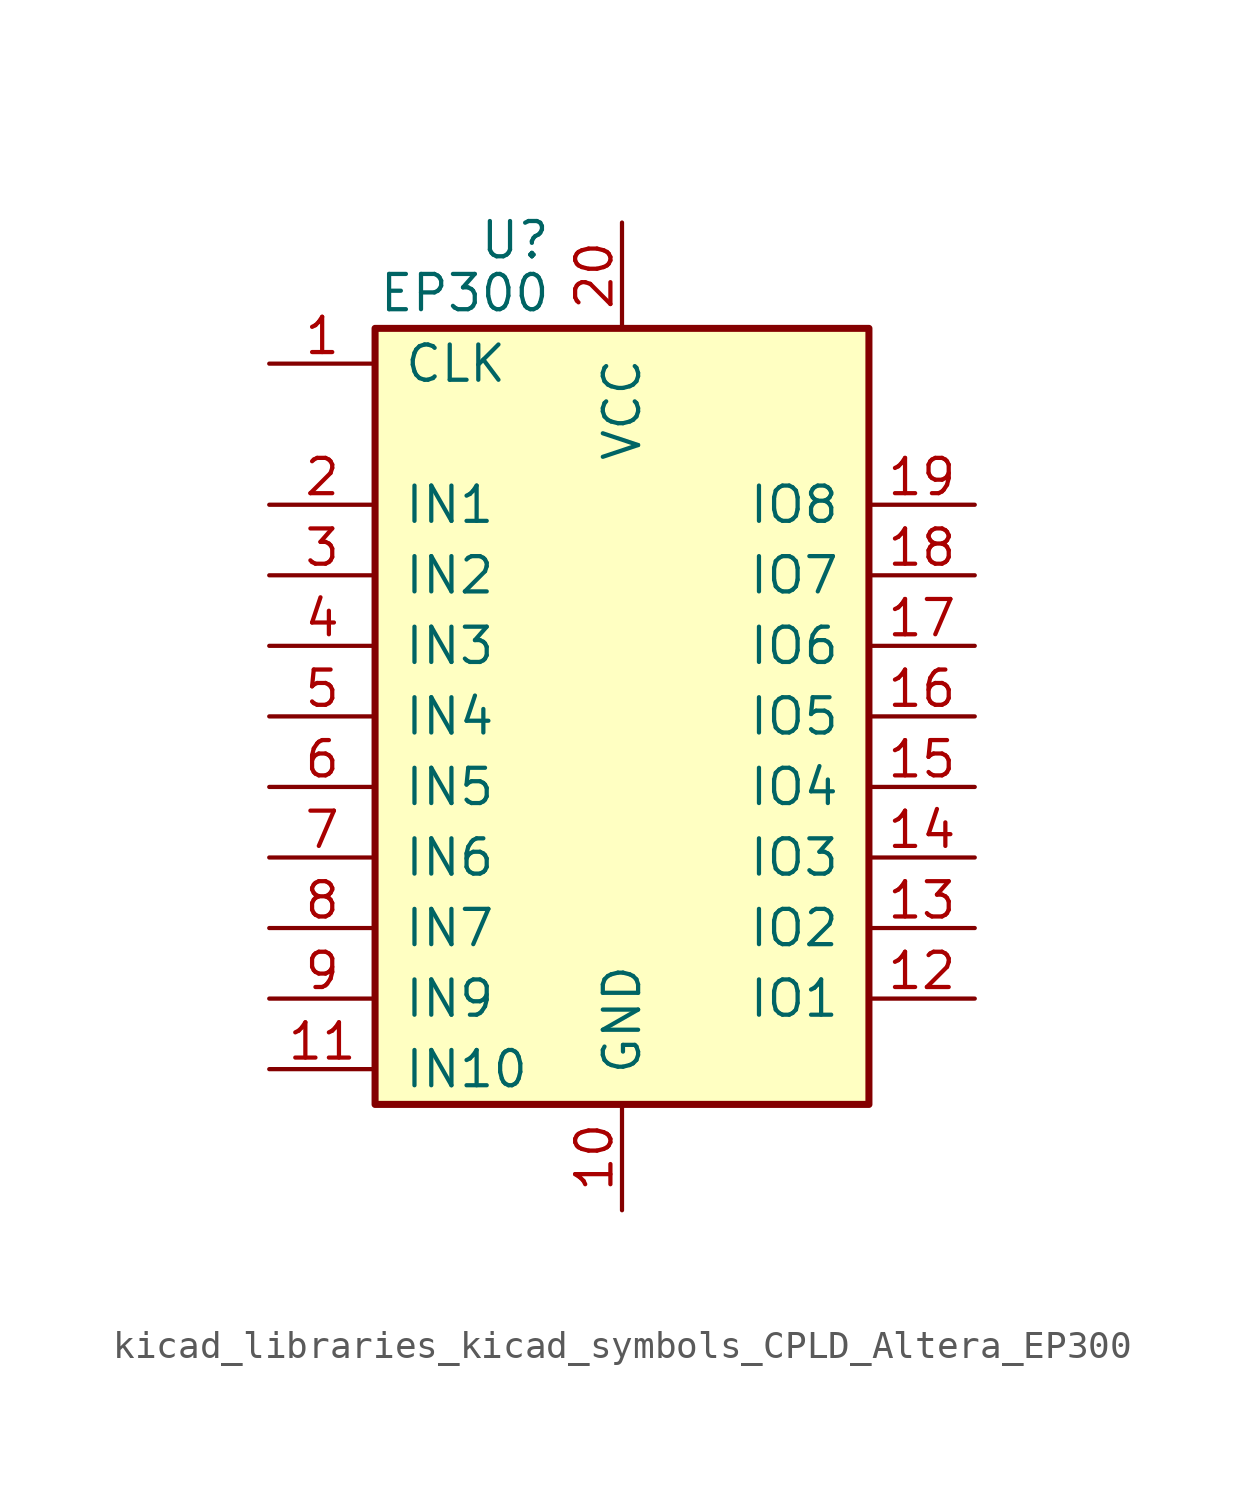
<source format=kicad_sym>
(kicad_symbol_lib
  (version 20220914)
  (generator kicad_symbol_editor)
  (symbol "kicad_libraries_kicad_symbols_CPLD_Altera_EP300"
    (pin_names
      (offset 1.016))
    (property "Reference" "U"
      (at -2.54 17.145 0)
      (effects (font (size 1.27 1.27)) (justify right)))
    (property "Value" "EP300"
      (at -2.54 15.24 0)
      (effects (font (size 1.27 1.27)) (justify right)))
    (symbol "kicad_libraries_kicad_symbols_CPLD_Altera_EP300_0_1"
      (rectangle (start -8.89 -13.97) (end 8.89 13.97) (stroke (width 0.254) (type default)) (fill (type background))))
    (symbol "kicad_libraries_kicad_symbols_CPLD_Altera_EP300_1_1"
      (pin input line (at -12.7 12.7 0) (length 3.81) (name "CLK" (effects (font (size 1.27 1.27)))) (number "1" (effects (font (size 1.27 1.27)))))
      (pin power_in line (at 0 -17.78 90) (length 3.81) (name "GND" (effects (font (size 1.27 1.27)))) (number "10" (effects (font (size 1.27 1.27)))))
      (pin input line (at -12.7 -12.7 0) (length 3.81) (name "IN10" (effects (font (size 1.27 1.27)))) (number "11" (effects (font (size 1.27 1.27)))))
      (pin input line (at 12.7 -10.16 180) (length 3.81) (name "IO1" (effects (font (size 1.27 1.27)))) (number "12" (effects (font (size 1.27 1.27)))))
      (pin input line (at 12.7 -7.62 180) (length 3.81) (name "IO2" (effects (font (size 1.27 1.27)))) (number "13" (effects (font (size 1.27 1.27)))))
      (pin input line (at 12.7 -5.08 180) (length 3.81) (name "IO3" (effects (font (size 1.27 1.27)))) (number "14" (effects (font (size 1.27 1.27)))))
      (pin input line (at 12.7 -2.54 180) (length 3.81) (name "IO4" (effects (font (size 1.27 1.27)))) (number "15" (effects (font (size 1.27 1.27)))))
      (pin input line (at 12.7 0 180) (length 3.81) (name "IO5" (effects (font (size 1.27 1.27)))) (number "16" (effects (font (size 1.27 1.27)))))
      (pin input line (at 12.7 2.54 180) (length 3.81) (name "IO6" (effects (font (size 1.27 1.27)))) (number "17" (effects (font (size 1.27 1.27)))))
      (pin input line (at 12.7 5.08 180) (length 3.81) (name "IO7" (effects (font (size 1.27 1.27)))) (number "18" (effects (font (size 1.27 1.27)))))
      (pin input line (at 12.7 7.62 180) (length 3.81) (name "IO8" (effects (font (size 1.27 1.27)))) (number "19" (effects (font (size 1.27 1.27)))))
      (pin input line (at -12.7 7.62 0) (length 3.81) (name "IN1" (effects (font (size 1.27 1.27)))) (number "2" (effects (font (size 1.27 1.27)))))
      (pin power_in line (at 0 17.78 270) (length 3.81) (name "VCC" (effects (font (size 1.27 1.27)))) (number "20" (effects (font (size 1.27 1.27)))))
      (pin input line (at -12.7 5.08 0) (length 3.81) (name "IN2" (effects (font (size 1.27 1.27)))) (number "3" (effects (font (size 1.27 1.27)))))
      (pin input line (at -12.7 2.54 0) (length 3.81) (name "IN3" (effects (font (size 1.27 1.27)))) (number "4" (effects (font (size 1.27 1.27)))))
      (pin input line (at -12.7 0 0) (length 3.81) (name "IN4" (effects (font (size 1.27 1.27)))) (number "5" (effects (font (size 1.27 1.27)))))
      (pin input line (at -12.7 -2.54 0) (length 3.81) (name "IN5" (effects (font (size 1.27 1.27)))) (number "6" (effects (font (size 1.27 1.27)))))
      (pin input line (at -12.7 -5.08 0) (length 3.81) (name "IN6" (effects (font (size 1.27 1.27)))) (number "7" (effects (font (size 1.27 1.27)))))
      (pin input line (at -12.7 -7.62 0) (length 3.81) (name "IN7" (effects (font (size 1.27 1.27)))) (number "8" (effects (font (size 1.27 1.27)))))
      (pin input line (at -12.7 -10.16 0) (length 3.81) (name "IN9" (effects (font (size 1.27 1.27)))) (number "9" (effects (font (size 1.27 1.27))))))))
</source>
